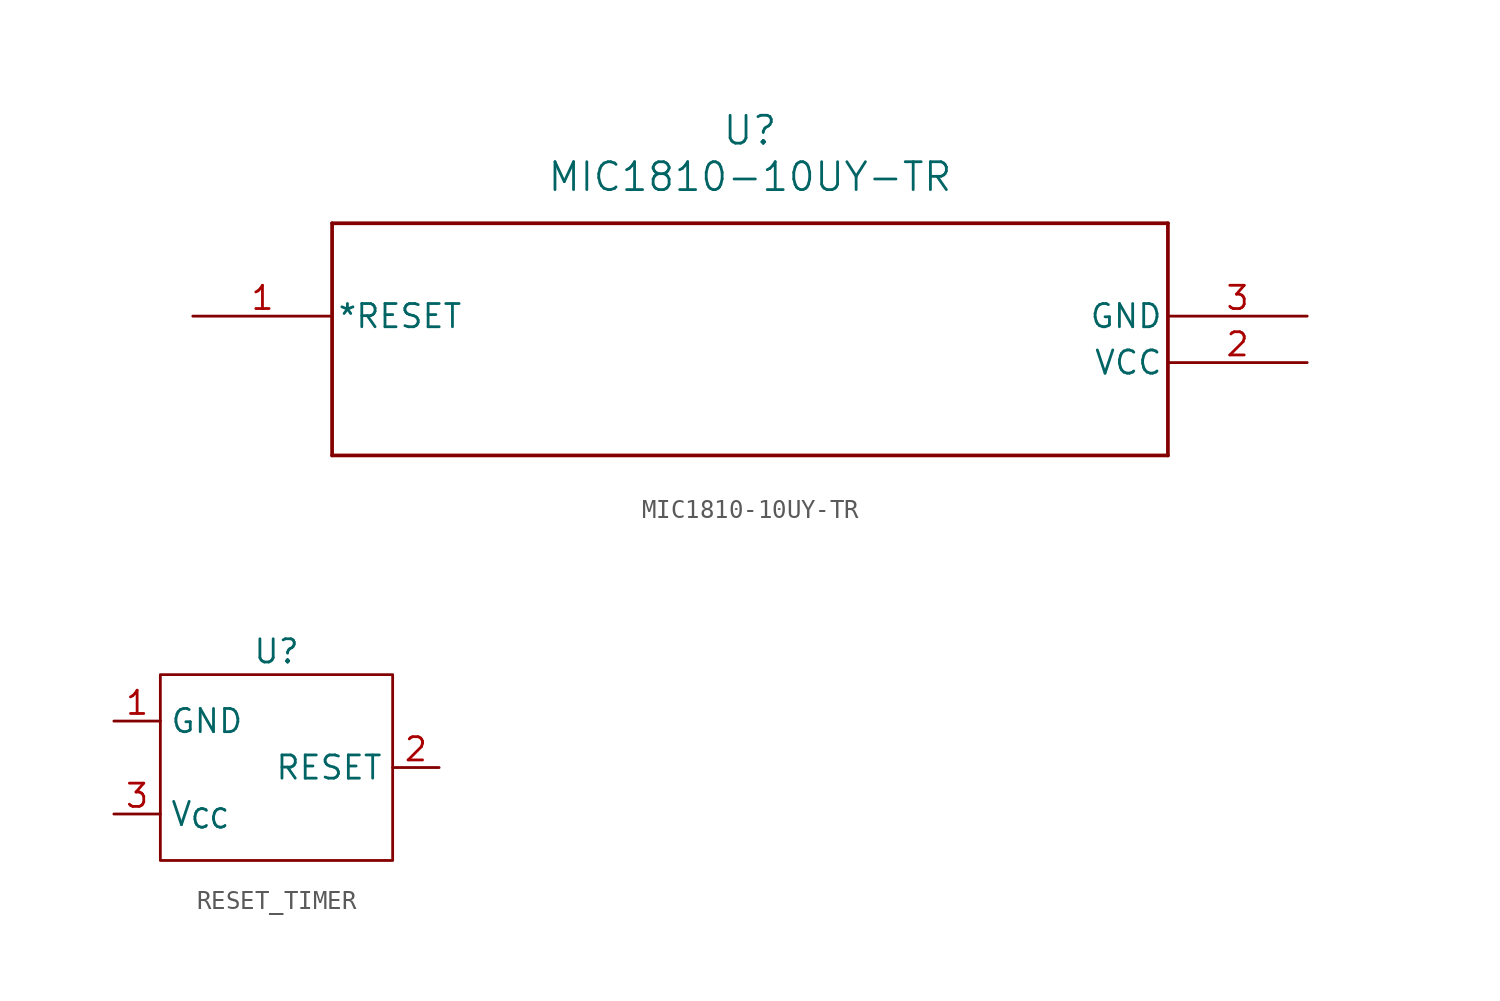
<source format=kicad_sym>
(kicad_symbol_lib
  (version 20220914)
  (generator kicad_symbol_editor)
  (symbol "MIC1810-10UY-TR"
    (pin_names
      (offset 0.254))
    (property "Reference" "U"
      (at 30.48 10.16 0)
      (effects (font (size 1.524 1.524))))
    (property "Value" "MIC1810-10UY-TR"
      (at 30.48 7.62 0)
      (effects (font (size 1.524 1.524))))
    (property "ki_locked" ""
      (at 0 0 0)
      (effects (font (size 1.27 1.27))))
    (symbol "MIC1810-10UY-TR_0_1"
      (polyline (pts (xy 7.62 -7.62) (xy 53.34 -7.62)) (stroke (width 0.203) (type default)) (fill (type none)))
      (polyline (pts (xy 7.62 5.08) (xy 7.62 -7.62)) (stroke (width 0.203) (type default)) (fill (type none)))
      (polyline (pts (xy 53.34 -7.62) (xy 53.34 5.08)) (stroke (width 0.203) (type default)) (fill (type none)))
      (polyline (pts (xy 53.34 5.08) (xy 7.62 5.08)) (stroke (width 0.203) (type default)) (fill (type none)))
      (pin unspecified line (at 0 0 0) (length 7.62) (name "*RESET" (effects (font (size 1.27 1.27)))) (number "1" (effects (font (size 1.27 1.27)))))
      (pin power_in line (at 60.96 -2.54 180) (length 7.62) (name "VCC" (effects (font (size 1.27 1.27)))) (number "2" (effects (font (size 1.27 1.27)))))
      (pin power_in line (at 60.96 0 180) (length 7.62) (name "GND" (effects (font (size 1.27 1.27)))) (number "3" (effects (font (size 1.27 1.27)))))))
  (symbol "RESET_TIMER"
    (property "Reference" "U"
      (at 0 6.35 0)
      (effects (font (size 1.27 1.27))))
    (property "Value" ""
      (at 0 0 0)
      (effects (font (size 1.27 1.27))))
    (symbol "RESET_TIMER_0_1"
      (rectangle (start -6.35 5.08) (end 6.35 -5.08) (stroke (width 0) (type default)) (fill (type none))))
    (symbol "RESET_TIMER_1_1"
      (pin passive line (at -8.89 2.54 0) (length 2.54) (name "GND" (effects (font (size 1.27 1.27)))) (number "1" (effects (font (size 1.27 1.27)))))
      (pin output line (at 8.89 0 180) (length 2.54) (name "RESET" (effects (font (size 1.27 1.27)))) (number "2" (effects (font (size 1.27 1.27)))))
      (pin passive line (at -8.89 -2.54 0) (length 2.54) (name "V_{CC}" (effects (font (size 1.27 1.27)))) (number "3" (effects (font (size 1.27 1.27))))))))
</source>
